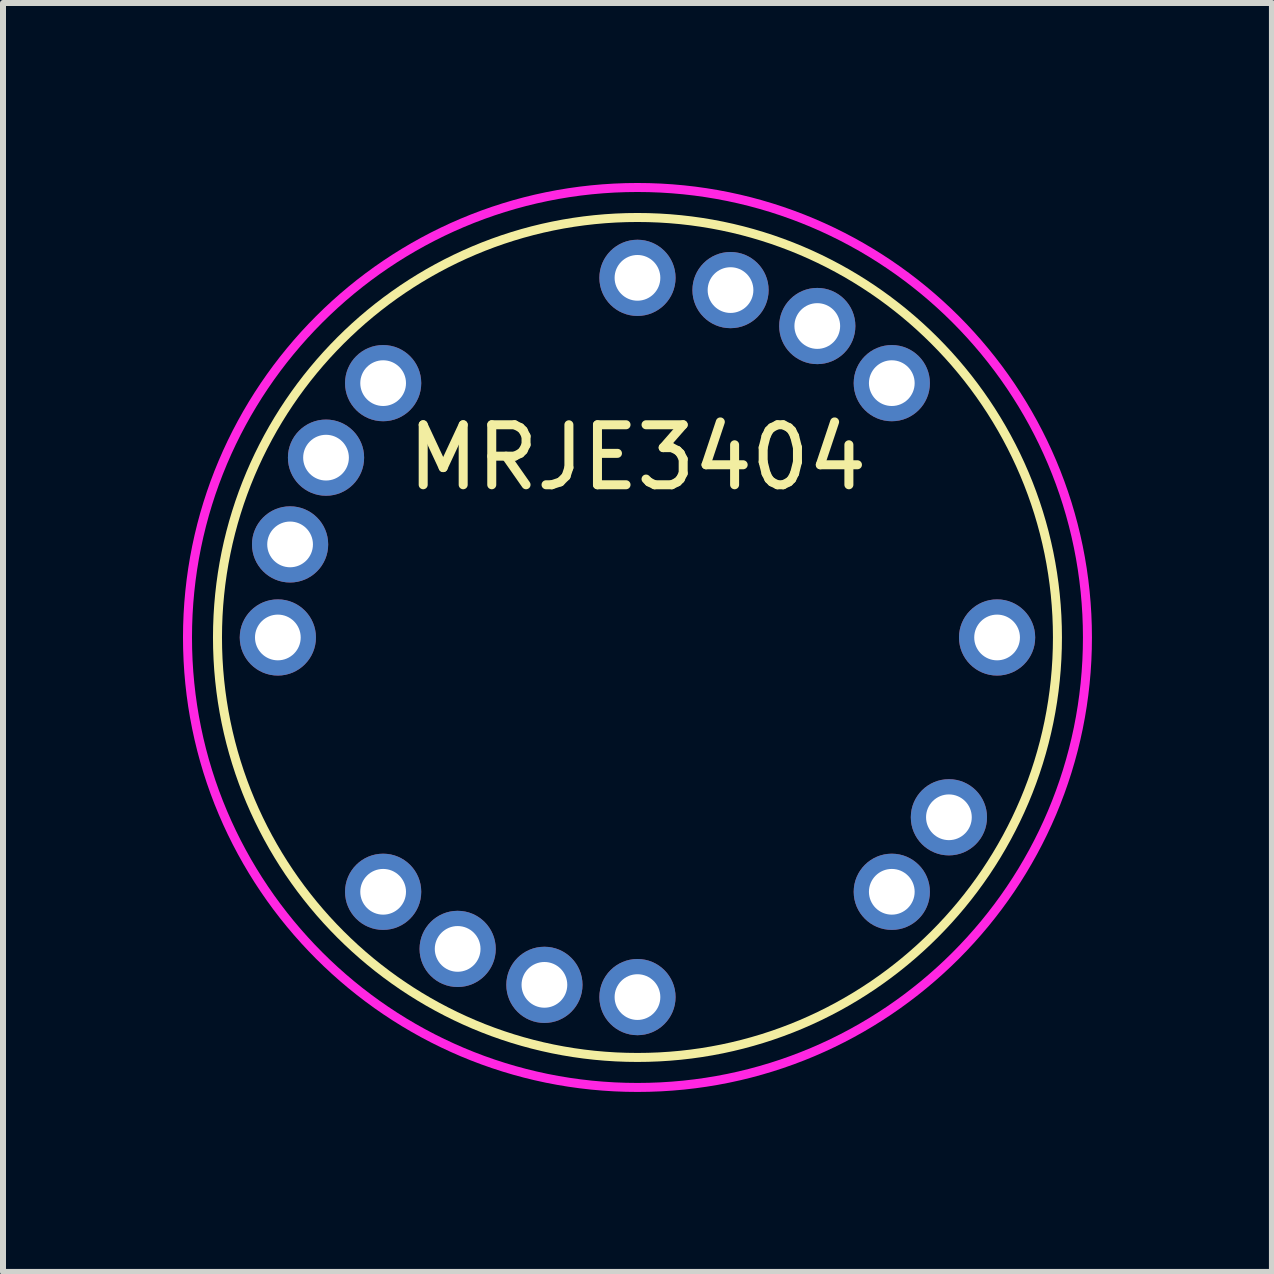
<source format=kicad_pcb>
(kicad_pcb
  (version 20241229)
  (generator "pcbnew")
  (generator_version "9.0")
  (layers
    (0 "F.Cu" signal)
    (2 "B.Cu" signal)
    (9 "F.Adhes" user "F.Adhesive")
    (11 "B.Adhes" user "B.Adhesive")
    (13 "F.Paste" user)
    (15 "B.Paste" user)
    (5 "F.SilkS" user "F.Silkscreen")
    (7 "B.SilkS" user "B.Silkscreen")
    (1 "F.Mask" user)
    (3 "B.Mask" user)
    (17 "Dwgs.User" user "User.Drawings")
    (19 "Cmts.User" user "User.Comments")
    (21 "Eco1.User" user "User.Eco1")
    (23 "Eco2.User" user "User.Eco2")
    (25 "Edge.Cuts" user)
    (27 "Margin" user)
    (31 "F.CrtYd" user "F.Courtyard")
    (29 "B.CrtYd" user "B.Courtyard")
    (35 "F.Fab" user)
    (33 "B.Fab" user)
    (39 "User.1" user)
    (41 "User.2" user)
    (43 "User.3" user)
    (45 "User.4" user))
  (footprint "MRJE3404"
    (layer "F.Cu")
    (at 7.575 7.575)
    (property "Reference" "MRJE3404" (at 0 -3 0) (layer "F.SilkS") (effects (font (size 1 1) (thickness 0.15))))
    (attr through_hole)
    (fp_circle (center 0 0) (end 7 0) (stroke (width 0.15) (type solid)) (fill no) (layer "F.SilkS"))
    (fp_circle (center 0 0) (end 7.5 0) (stroke (width 0.15) (type solid)) (fill no) (layer "F.CrtYd"))
    (pad "1" thru_hole circle (at -5.79 -1.551) (size 1.27 1.27) (drill 0.762) (layers "*.Cu" "*.Mask"))
    (pad "2" thru_hole circle (at -5.191 -2.997) (size 1.27 1.27) (drill 0.762) (layers "*.Cu" "*.Mask"))
    (pad "3" thru_hole circle (at -4.239 -4.239) (size 1.27 1.27) (drill 0.762) (layers "*.Cu" "*.Mask"))
    (pad "4" thru_hole circle (at 0 -5.994) (size 1.27 1.27) (drill 0.762) (layers "*.Cu" "*.Mask"))
    (pad "5" thru_hole circle (at 2.997 -5.191) (size 1.27 1.27) (drill 0.762) (layers "*.Cu" "*.Mask"))
    (pad "6" thru_hole circle (at 4.239 -4.239) (size 1.27 1.27) (drill 0.762) (layers "*.Cu" "*.Mask"))
    (pad "7" thru_hole circle (at 5.994 0) (size 1.27 1.27) (drill 0.762) (layers "*.Cu" "*.Mask"))
    (pad "8" thru_hole circle (at 5.191 2.997) (size 1.27 1.27) (drill 0.762) (layers "*.Cu" "*.Mask"))
    (pad "9" thru_hole circle (at 0 5.994) (size 1.27 1.27) (drill 0.762) (layers "*.Cu" "*.Mask"))
    (pad "10" thru_hole circle (at -1.551 5.79) (size 1.27 1.27) (drill 0.762) (layers "*.Cu" "*.Mask"))
    (pad "11" thru_hole circle (at -2.997 5.191) (size 1.27 1.27) (drill 0.762) (layers "*.Cu" "*.Mask"))
    (pad "12" thru_hole circle (at -4.239 4.239) (size 1.27 1.27) (drill 0.762) (layers "*.Cu" "*.Mask"))
    (pad "13" thru_hole circle (at -5.994 0) (size 1.27 1.27) (drill 0.762) (layers "*.Cu" "*.Mask"))
    (pad "14" thru_hole circle (at 1.551 -5.79) (size 1.27 1.27) (drill 0.762) (layers "*.Cu" "*.Mask"))
    (pad "15" thru_hole circle (at 4.239 4.239) (size 1.27 1.27) (drill 0.762) (layers "*.Cu" "*.Mask")))
  (gr_rect
    (start -3 -3)
    (end 18.15 18.15)
    (stroke (width 0.1) (type default))
    (fill no)
    (layer "Edge.Cuts")))
</source>
